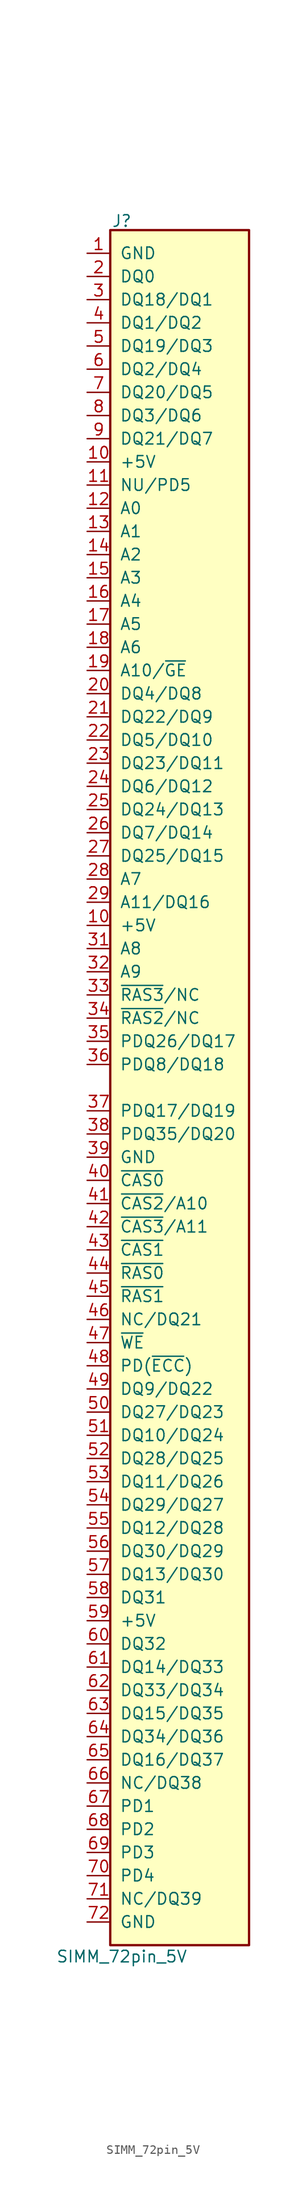
<source format=kicad_sym>
(kicad_symbol_lib
  (version 20231120)
  (generator "kicad_symbol_editor")
  (generator_version "8.0")
  (symbol "SIMM_72pin_5V"
    (pin_names
      (offset 1.016))
    (property "Reference" "J"
      (at 0 94.234 0)
      (effects (font (size 1.27 1.27)) (justify bottom)))
    (property "Value" "SIMM_72pin_5V"
      (at 0 -94.488 0)
      (effects (font (size 1.27 1.27)) (justify top)))
    (symbol "SIMM_72pin_5V_1_1"
      (rectangle (start -1.27 93.98) (end 13.97 -93.98) (stroke (width 0.254) (type default)) (fill (type background)))
      (pin power_in line (at -3.81 91.44 0) (length 2.54) (name "GND" (effects (font (size 1.27 1.27)))) (number "1" (effects (font (size 1.27 1.27)))))
      (pin power_in line (at -3.81 17.78 0) (length 2.54) (name "+5V" (effects (font (size 1.27 1.27)))) (number "10" (effects (font (size 1.27 1.27)))))
      (pin power_in line (at -3.81 68.58 0) (length 2.54) (name "+5V" (effects (font (size 1.27 1.27)))) (number "10" (effects (font (size 1.27 1.27)))))
      (pin passive line (at -3.81 66.04 0) (length 2.54) (name "NU/PD5" (effects (font (size 1.27 1.27)))) (number "11" (effects (font (size 1.27 1.27)))))
      (pin input line (at -3.81 63.5 0) (length 2.54) (name "A0" (effects (font (size 1.27 1.27)))) (number "12" (effects (font (size 1.27 1.27)))))
      (pin input line (at -3.81 60.96 0) (length 2.54) (name "A1" (effects (font (size 1.27 1.27)))) (number "13" (effects (font (size 1.27 1.27)))))
      (pin input line (at -3.81 58.42 0) (length 2.54) (name "A2" (effects (font (size 1.27 1.27)))) (number "14" (effects (font (size 1.27 1.27)))))
      (pin input line (at -3.81 55.88 0) (length 2.54) (name "A3" (effects (font (size 1.27 1.27)))) (number "15" (effects (font (size 1.27 1.27)))))
      (pin input line (at -3.81 53.34 0) (length 2.54) (name "A4" (effects (font (size 1.27 1.27)))) (number "16" (effects (font (size 1.27 1.27)))))
      (pin input line (at -3.81 50.8 0) (length 2.54) (name "A5" (effects (font (size 1.27 1.27)))) (number "17" (effects (font (size 1.27 1.27)))))
      (pin input line (at -3.81 48.26 0) (length 2.54) (name "A6" (effects (font (size 1.27 1.27)))) (number "18" (effects (font (size 1.27 1.27)))))
      (pin input line (at -3.81 45.72 0) (length 2.54) (name "A10/~{GE}" (effects (font (size 1.27 1.27)))) (number "19" (effects (font (size 1.27 1.27)))))
      (pin bidirectional line (at -3.81 88.9 0) (length 2.54) (name "DQ0" (effects (font (size 1.27 1.27)))) (number "2" (effects (font (size 1.27 1.27)))))
      (pin bidirectional line (at -3.81 43.18 0) (length 2.54) (name "DQ4/DQ8" (effects (font (size 1.27 1.27)))) (number "20" (effects (font (size 1.27 1.27)))))
      (pin bidirectional line (at -3.81 40.64 0) (length 2.54) (name "DQ22/DQ9" (effects (font (size 1.27 1.27)))) (number "21" (effects (font (size 1.27 1.27)))))
      (pin bidirectional line (at -3.81 38.1 0) (length 2.54) (name "DQ5/DQ10" (effects (font (size 1.27 1.27)))) (number "22" (effects (font (size 1.27 1.27)))))
      (pin bidirectional line (at -3.81 35.56 0) (length 2.54) (name "DQ23/DQ11" (effects (font (size 1.27 1.27)))) (number "23" (effects (font (size 1.27 1.27)))))
      (pin bidirectional line (at -3.81 33.02 0) (length 2.54) (name "DQ6/DQ12" (effects (font (size 1.27 1.27)))) (number "24" (effects (font (size 1.27 1.27)))))
      (pin bidirectional line (at -3.81 30.48 0) (length 2.54) (name "DQ24/DQ13" (effects (font (size 1.27 1.27)))) (number "25" (effects (font (size 1.27 1.27)))))
      (pin bidirectional line (at -3.81 27.94 0) (length 2.54) (name "DQ7/DQ14" (effects (font (size 1.27 1.27)))) (number "26" (effects (font (size 1.27 1.27)))))
      (pin bidirectional line (at -3.81 25.4 0) (length 2.54) (name "DQ25/DQ15" (effects (font (size 1.27 1.27)))) (number "27" (effects (font (size 1.27 1.27)))))
      (pin input line (at -3.81 22.86 0) (length 2.54) (name "A7" (effects (font (size 1.27 1.27)))) (number "28" (effects (font (size 1.27 1.27)))))
      (pin bidirectional line (at -3.81 20.32 0) (length 2.54) (name "A11/DQ16" (effects (font (size 1.27 1.27)))) (number "29" (effects (font (size 1.27 1.27)))))
      (pin bidirectional line (at -3.81 86.36 0) (length 2.54) (name "DQ18/DQ1" (effects (font (size 1.27 1.27)))) (number "3" (effects (font (size 1.27 1.27)))))
      (pin input line (at -3.81 15.24 0) (length 2.54) (name "A8" (effects (font (size 1.27 1.27)))) (number "31" (effects (font (size 1.27 1.27)))))
      (pin input line (at -3.81 12.7 0) (length 2.54) (name "A9" (effects (font (size 1.27 1.27)))) (number "32" (effects (font (size 1.27 1.27)))))
      (pin input line (at -3.81 10.16 0) (length 2.54) (name "~{RAS3}/NC" (effects (font (size 1.27 1.27)))) (number "33" (effects (font (size 1.27 1.27)))))
      (pin input line (at -3.81 7.62 0) (length 2.54) (name "~{RAS2}/NC" (effects (font (size 1.27 1.27)))) (number "34" (effects (font (size 1.27 1.27)))))
      (pin bidirectional line (at -3.81 5.08 0) (length 2.54) (name "PDQ26/DQ17" (effects (font (size 1.27 1.27)))) (number "35" (effects (font (size 1.27 1.27)))))
      (pin bidirectional line (at -3.81 2.54 0) (length 2.54) (name "PDQ8/DQ18" (effects (font (size 1.27 1.27)))) (number "36" (effects (font (size 1.27 1.27)))))
      (pin bidirectional line (at -3.81 -2.54 0) (length 2.54) (name "PDQ17/DQ19" (effects (font (size 1.27 1.27)))) (number "37" (effects (font (size 1.27 1.27)))))
      (pin bidirectional line (at -3.81 -5.08 0) (length 2.54) (name "PDQ35/DQ20" (effects (font (size 1.27 1.27)))) (number "38" (effects (font (size 1.27 1.27)))))
      (pin power_in line (at -3.81 -7.62 0) (length 2.54) (name "GND" (effects (font (size 1.27 1.27)))) (number "39" (effects (font (size 1.27 1.27)))))
      (pin bidirectional line (at -3.81 83.82 0) (length 2.54) (name "DQ1/DQ2" (effects (font (size 1.27 1.27)))) (number "4" (effects (font (size 1.27 1.27)))))
      (pin input line (at -3.81 -10.16 0) (length 2.54) (name "~{CAS0}" (effects (font (size 1.27 1.27)))) (number "40" (effects (font (size 1.27 1.27)))))
      (pin input line (at -3.81 -12.7 0) (length 2.54) (name "~{CAS2}/A10" (effects (font (size 1.27 1.27)))) (number "41" (effects (font (size 1.27 1.27)))))
      (pin input line (at -3.81 -15.24 0) (length 2.54) (name "~{CAS3}/A11" (effects (font (size 1.27 1.27)))) (number "42" (effects (font (size 1.27 1.27)))))
      (pin input line (at -3.81 -17.78 0) (length 2.54) (name "~{CAS1}" (effects (font (size 1.27 1.27)))) (number "43" (effects (font (size 1.27 1.27)))))
      (pin input line (at -3.81 -20.32 0) (length 2.54) (name "~{RAS0}" (effects (font (size 1.27 1.27)))) (number "44" (effects (font (size 1.27 1.27)))))
      (pin input line (at -3.81 -22.86 0) (length 2.54) (name "~{RAS1}" (effects (font (size 1.27 1.27)))) (number "45" (effects (font (size 1.27 1.27)))))
      (pin bidirectional line (at -3.81 -25.4 0) (length 2.54) (name "NC/DQ21" (effects (font (size 1.27 1.27)))) (number "46" (effects (font (size 1.27 1.27)))))
      (pin input line (at -3.81 -27.94 0) (length 2.54) (name "~{WE}" (effects (font (size 1.27 1.27)))) (number "47" (effects (font (size 1.27 1.27)))))
      (pin passive line (at -3.81 -30.48 0) (length 2.54) (name "PD(~{ECC})" (effects (font (size 1.27 1.27)))) (number "48" (effects (font (size 1.27 1.27)))))
      (pin bidirectional line (at -3.81 -33.02 0) (length 2.54) (name "DQ9/DQ22" (effects (font (size 1.27 1.27)))) (number "49" (effects (font (size 1.27 1.27)))))
      (pin bidirectional line (at -3.81 81.28 0) (length 2.54) (name "DQ19/DQ3" (effects (font (size 1.27 1.27)))) (number "5" (effects (font (size 1.27 1.27)))))
      (pin bidirectional line (at -3.81 -35.56 0) (length 2.54) (name "DQ27/DQ23" (effects (font (size 1.27 1.27)))) (number "50" (effects (font (size 1.27 1.27)))))
      (pin bidirectional line (at -3.81 -38.1 0) (length 2.54) (name "DQ10/DQ24" (effects (font (size 1.27 1.27)))) (number "51" (effects (font (size 1.27 1.27)))))
      (pin bidirectional line (at -3.81 -40.64 0) (length 2.54) (name "DQ28/DQ25" (effects (font (size 1.27 1.27)))) (number "52" (effects (font (size 1.27 1.27)))))
      (pin bidirectional line (at -3.81 -43.18 0) (length 2.54) (name "DQ11/DQ26" (effects (font (size 1.27 1.27)))) (number "53" (effects (font (size 1.27 1.27)))))
      (pin bidirectional line (at -3.81 -45.72 0) (length 2.54) (name "DQ29/DQ27" (effects (font (size 1.27 1.27)))) (number "54" (effects (font (size 1.27 1.27)))))
      (pin bidirectional line (at -3.81 -48.26 0) (length 2.54) (name "DQ12/DQ28" (effects (font (size 1.27 1.27)))) (number "55" (effects (font (size 1.27 1.27)))))
      (pin bidirectional line (at -3.81 -50.8 0) (length 2.54) (name "DQ30/DQ29" (effects (font (size 1.27 1.27)))) (number "56" (effects (font (size 1.27 1.27)))))
      (pin bidirectional line (at -3.81 -53.34 0) (length 2.54) (name "DQ13/DQ30" (effects (font (size 1.27 1.27)))) (number "57" (effects (font (size 1.27 1.27)))))
      (pin bidirectional line (at -3.81 -55.88 0) (length 2.54) (name "DQ31" (effects (font (size 1.27 1.27)))) (number "58" (effects (font (size 1.27 1.27)))))
      (pin power_in line (at -3.81 -58.42 0) (length 2.54) (name "+5V" (effects (font (size 1.27 1.27)))) (number "59" (effects (font (size 1.27 1.27)))))
      (pin bidirectional line (at -3.81 78.74 0) (length 2.54) (name "DQ2/DQ4" (effects (font (size 1.27 1.27)))) (number "6" (effects (font (size 1.27 1.27)))))
      (pin bidirectional line (at -3.81 -60.96 0) (length 2.54) (name "DQ32" (effects (font (size 1.27 1.27)))) (number "60" (effects (font (size 1.27 1.27)))))
      (pin bidirectional line (at -3.81 -63.5 0) (length 2.54) (name "DQ14/DQ33" (effects (font (size 1.27 1.27)))) (number "61" (effects (font (size 1.27 1.27)))))
      (pin bidirectional line (at -3.81 -66.04 0) (length 2.54) (name "DQ33/DQ34" (effects (font (size 1.27 1.27)))) (number "62" (effects (font (size 1.27 1.27)))))
      (pin bidirectional line (at -3.81 -68.58 0) (length 2.54) (name "DQ15/DQ35" (effects (font (size 1.27 1.27)))) (number "63" (effects (font (size 1.27 1.27)))))
      (pin bidirectional line (at -3.81 -71.12 0) (length 2.54) (name "DQ34/DQ36" (effects (font (size 1.27 1.27)))) (number "64" (effects (font (size 1.27 1.27)))))
      (pin bidirectional line (at -3.81 -73.66 0) (length 2.54) (name "DQ16/DQ37" (effects (font (size 1.27 1.27)))) (number "65" (effects (font (size 1.27 1.27)))))
      (pin bidirectional line (at -3.81 -76.2 0) (length 2.54) (name "NC/DQ38" (effects (font (size 1.27 1.27)))) (number "66" (effects (font (size 1.27 1.27)))))
      (pin passive line (at -3.81 -78.74 0) (length 2.54) (name "PD1" (effects (font (size 1.27 1.27)))) (number "67" (effects (font (size 1.27 1.27)))))
      (pin passive line (at -3.81 -81.28 0) (length 2.54) (name "PD2" (effects (font (size 1.27 1.27)))) (number "68" (effects (font (size 1.27 1.27)))))
      (pin passive line (at -3.81 -83.82 0) (length 2.54) (name "PD3" (effects (font (size 1.27 1.27)))) (number "69" (effects (font (size 1.27 1.27)))))
      (pin bidirectional line (at -3.81 76.2 0) (length 2.54) (name "DQ20/DQ5" (effects (font (size 1.27 1.27)))) (number "7" (effects (font (size 1.27 1.27)))))
      (pin passive line (at -3.81 -86.36 0) (length 2.54) (name "PD4" (effects (font (size 1.27 1.27)))) (number "70" (effects (font (size 1.27 1.27)))))
      (pin bidirectional line (at -3.81 -88.9 0) (length 2.54) (name "NC/DQ39" (effects (font (size 1.27 1.27)))) (number "71" (effects (font (size 1.27 1.27)))))
      (pin power_in line (at -3.81 -91.44 0) (length 2.54) (name "GND" (effects (font (size 1.27 1.27)))) (number "72" (effects (font (size 1.27 1.27)))))
      (pin bidirectional line (at -3.81 73.66 0) (length 2.54) (name "DQ3/DQ6" (effects (font (size 1.27 1.27)))) (number "8" (effects (font (size 1.27 1.27)))))
      (pin bidirectional line (at -3.81 71.12 0) (length 2.54) (name "DQ21/DQ7" (effects (font (size 1.27 1.27)))) (number "9" (effects (font (size 1.27 1.27))))))))
</source>
